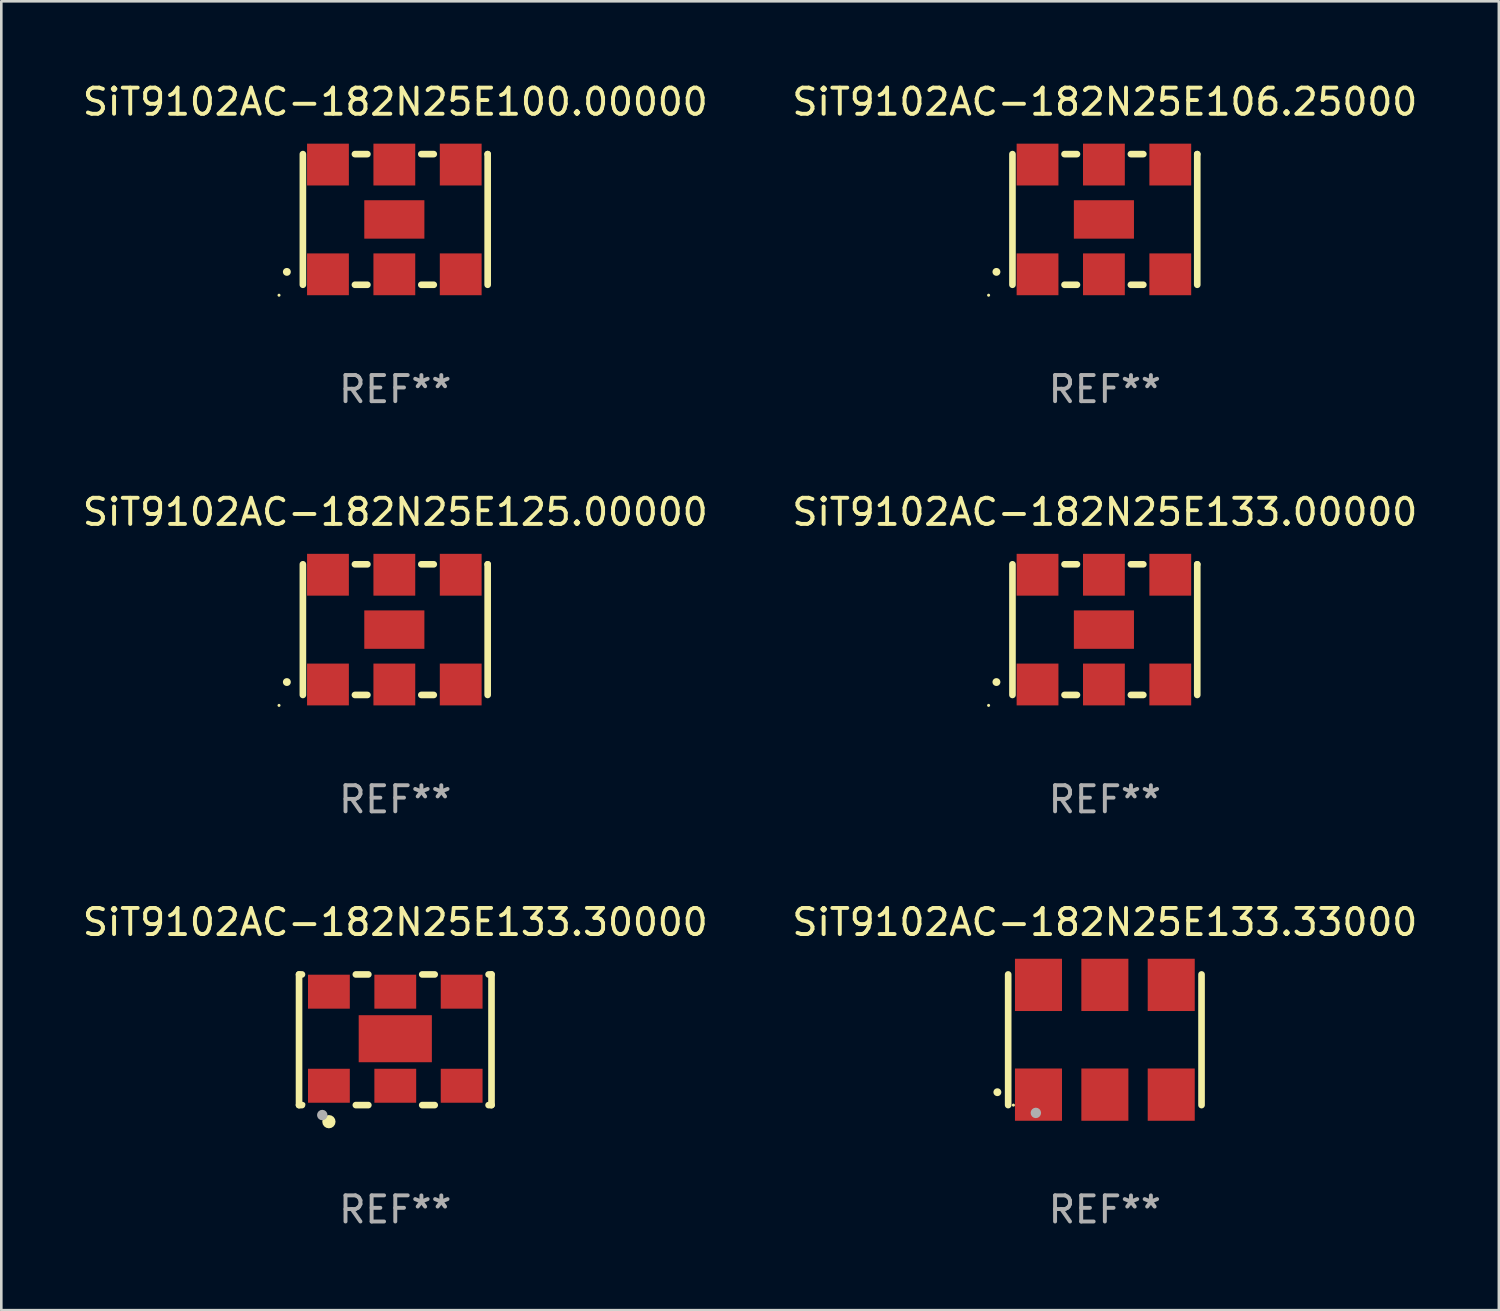
<source format=kicad_pcb>
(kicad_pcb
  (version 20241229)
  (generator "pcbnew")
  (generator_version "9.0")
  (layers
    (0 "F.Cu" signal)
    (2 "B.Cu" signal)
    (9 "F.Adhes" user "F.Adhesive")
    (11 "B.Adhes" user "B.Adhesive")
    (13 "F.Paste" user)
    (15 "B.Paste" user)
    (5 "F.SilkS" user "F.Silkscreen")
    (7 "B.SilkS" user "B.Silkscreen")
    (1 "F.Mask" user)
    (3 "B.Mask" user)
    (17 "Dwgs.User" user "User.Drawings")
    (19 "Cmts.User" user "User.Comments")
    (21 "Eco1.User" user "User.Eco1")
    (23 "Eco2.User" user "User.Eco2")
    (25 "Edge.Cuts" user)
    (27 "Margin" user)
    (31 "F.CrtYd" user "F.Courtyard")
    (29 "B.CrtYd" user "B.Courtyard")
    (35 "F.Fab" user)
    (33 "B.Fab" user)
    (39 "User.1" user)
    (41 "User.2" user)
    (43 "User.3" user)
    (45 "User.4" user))
  (footprint "SiT9102AC-182N25E100.00000"
    (layer "F.Cu")
    (at 12.077 5.348)
    (property "Reference" "SiT9102AC-182N25E100.00000" (at 0 -4.5 0) (layer "F.SilkS") (effects (font (size 1 1) (thickness 0.15))))
    (attr through_hole)
    (fp_line (start -3.536 -2.5) (end -3.536 2.5) (stroke (width 0.254) (type solid)) (layer "F.SilkS"))
    (fp_line (start -1.544 2.5) (end -1.067 2.5) (stroke (width 0.254) (type solid)) (layer "F.SilkS"))
    (fp_line (start -1.067 -2.5) (end -1.544 -2.5) (stroke (width 0.254) (type solid)) (layer "F.SilkS"))
    (fp_line (start 0.996 2.5) (end 1.473 2.5) (stroke (width 0.254) (type solid)) (layer "F.SilkS"))
    (fp_line (start 1.473 -2.5) (end 0.996 -2.5) (stroke (width 0.254) (type solid)) (layer "F.SilkS"))
    (fp_line (start 3.536 -2.5) (end 3.536 -2.5) (stroke (width 0.254) (type solid)) (layer "F.SilkS"))
    (fp_line (start 3.536 2.5) (end 3.536 -2.5) (stroke (width 0.254) (type solid)) (layer "F.SilkS"))
    (fp_arc (start -4.150432 2.006604) (mid -4.149162 2.006599) (end -4.147892 2.006604) (stroke (width 0.3) (type solid)) (layer "F.SilkS"))
    (fp_circle (center -4.449 2.9) (end -4.419 2.9) (stroke (width 0.06) (type solid)) (fill no) (layer "F.SilkS"))
    (fp_text user "REF**" (at 0 6.5 0) (layer "F.Fab") (effects (font (size 1 1) (thickness 0.15))))
    (pad "1" smd rect (at -2.576 2.1) (size 1.6 1.6) (layers "F.Cu" "F.Mask" "F.Paste"))
    (pad "2" smd rect (at -0.036 2.1) (size 1.6 1.6) (layers "F.Cu" "F.Mask" "F.Paste"))
    (pad "3" smd rect (at 2.504 2.1) (size 1.6 1.6) (layers "F.Cu" "F.Mask" "F.Paste"))
    (pad "4" smd rect (at 2.504 -2.1) (size 1.6 1.6) (layers "F.Cu" "F.Mask" "F.Paste"))
    (pad "5" smd rect (at -0.036 -2.1) (size 1.6 1.6) (layers "F.Cu" "F.Mask" "F.Paste"))
    (pad "6" smd rect (at -2.576 -2.1) (size 1.6 1.6) (layers "F.Cu" "F.Mask" "F.Paste"))
    (pad "7" smd rect (at -0.036 0) (size 2.3 1.47) (layers "F.Cu" "F.Mask" "F.Paste")))
  (footprint "SiT9102AC-182N25E106.25000"
    (layer "F.Cu")
    (at 39.232 5.348)
    (property "Reference" "SiT9102AC-182N25E106.25000" (at 0 -4.5 0) (layer "F.SilkS") (effects (font (size 1 1) (thickness 0.15))))
    (attr through_hole)
    (fp_line (start -3.536 -2.5) (end -3.536 2.5) (stroke (width 0.254) (type solid)) (layer "F.SilkS"))
    (fp_line (start -1.544 2.5) (end -1.067 2.5) (stroke (width 0.254) (type solid)) (layer "F.SilkS"))
    (fp_line (start -1.067 -2.5) (end -1.544 -2.5) (stroke (width 0.254) (type solid)) (layer "F.SilkS"))
    (fp_line (start 0.996 2.5) (end 1.473 2.5) (stroke (width 0.254) (type solid)) (layer "F.SilkS"))
    (fp_line (start 1.473 -2.5) (end 0.996 -2.5) (stroke (width 0.254) (type solid)) (layer "F.SilkS"))
    (fp_line (start 3.536 -2.5) (end 3.536 -2.5) (stroke (width 0.254) (type solid)) (layer "F.SilkS"))
    (fp_line (start 3.536 2.5) (end 3.536 -2.5) (stroke (width 0.254) (type solid)) (layer "F.SilkS"))
    (fp_arc (start -4.150432 2.006604) (mid -4.149162 2.006599) (end -4.147892 2.006604) (stroke (width 0.3) (type solid)) (layer "F.SilkS"))
    (fp_circle (center -4.449 2.9) (end -4.419 2.9) (stroke (width 0.06) (type solid)) (fill no) (layer "F.SilkS"))
    (fp_text user "REF**" (at 0 6.5 0) (layer "F.Fab") (effects (font (size 1 1) (thickness 0.15))))
    (pad "1" smd rect (at -2.576 2.1) (size 1.6 1.6) (layers "F.Cu" "F.Mask" "F.Paste"))
    (pad "2" smd rect (at -0.036 2.1) (size 1.6 1.6) (layers "F.Cu" "F.Mask" "F.Paste"))
    (pad "3" smd rect (at 2.504 2.1) (size 1.6 1.6) (layers "F.Cu" "F.Mask" "F.Paste"))
    (pad "4" smd rect (at 2.504 -2.1) (size 1.6 1.6) (layers "F.Cu" "F.Mask" "F.Paste"))
    (pad "5" smd rect (at -0.036 -2.1) (size 1.6 1.6) (layers "F.Cu" "F.Mask" "F.Paste"))
    (pad "6" smd rect (at -2.576 -2.1) (size 1.6 1.6) (layers "F.Cu" "F.Mask" "F.Paste"))
    (pad "7" smd rect (at -0.036 0) (size 2.3 1.47) (layers "F.Cu" "F.Mask" "F.Paste")))
  (footprint "SiT9102AC-182N25E133.33000"
    (layer "F.Cu")
    (at 39.232 36.741)
    (property "Reference" "SiT9102AC-182N25E133.33000" (at 0 -4.5 0) (layer "F.SilkS") (effects (font (size 1 1) (thickness 0.15))))
    (attr through_hole)
    (fp_line (start -3.7 -2.5) (end -3.7 2.5) (stroke (width 0.254) (type solid)) (layer "F.SilkS"))
    (fp_line (start 3.7 -2.5) (end 3.7 2.5) (stroke (width 0.254) (type solid)) (layer "F.SilkS"))
    (fp_arc (start -4.114415 2.006604) (mid -4.113145 2.006599) (end -4.111875 2.006604) (stroke (width 0.3) (type solid)) (layer "F.SilkS"))
    (fp_circle (center -3.5 2.501) (end -3.47 2.501) (stroke (width 0.06) (type solid)) (fill no) (layer "F.SilkS"))
    (fp_circle (center -2.641 2.799) (end -2.541 2.799) (stroke (width 0.2) (type solid)) (fill no) (layer "F.Fab"))
    (fp_text user "REF**" (at 0 6.5 0) (layer "F.Fab") (effects (font (size 1 1) (thickness 0.15))))
    (pad "1" smd rect (at -2.54 2.1) (size 1.8 2) (layers "F.Cu" "F.Mask" "F.Paste"))
    (pad "2" smd rect (at 0.000394 2.1) (size 1.8 2) (layers "F.Cu" "F.Mask" "F.Paste"))
    (pad "3" smd rect (at 2.54 2.1) (size 1.8 2) (layers "F.Cu" "F.Mask" "F.Paste"))
    (pad "4" smd rect (at 2.54 -2.1) (size 1.8 2) (layers "F.Cu" "F.Mask" "F.Paste"))
    (pad "5" smd rect (at 0.000394 -2.1) (size 1.8 2) (layers "F.Cu" "F.Mask" "F.Paste"))
    (pad "6" smd rect (at -2.54 -2.1) (size 1.8 2) (layers "F.Cu" "F.Mask" "F.Paste")))
  (footprint "SiT9102AC-182N25E133.00000"
    (layer "F.Cu")
    (at 39.232 21.045)
    (property "Reference" "SiT9102AC-182N25E133.00000" (at 0 -4.5 0) (layer "F.SilkS") (effects (font (size 1 1) (thickness 0.15))))
    (attr through_hole)
    (fp_line (start -3.536 -2.5) (end -3.536 2.5) (stroke (width 0.254) (type solid)) (layer "F.SilkS"))
    (fp_line (start -1.544 2.5) (end -1.067 2.5) (stroke (width 0.254) (type solid)) (layer "F.SilkS"))
    (fp_line (start -1.067 -2.5) (end -1.544 -2.5) (stroke (width 0.254) (type solid)) (layer "F.SilkS"))
    (fp_line (start 0.996 2.5) (end 1.473 2.5) (stroke (width 0.254) (type solid)) (layer "F.SilkS"))
    (fp_line (start 1.473 -2.5) (end 0.996 -2.5) (stroke (width 0.254) (type solid)) (layer "F.SilkS"))
    (fp_line (start 3.536 -2.5) (end 3.536 -2.5) (stroke (width 0.254) (type solid)) (layer "F.SilkS"))
    (fp_line (start 3.536 2.5) (end 3.536 -2.5) (stroke (width 0.254) (type solid)) (layer "F.SilkS"))
    (fp_arc (start -4.150432 2.006604) (mid -4.149162 2.006599) (end -4.147892 2.006604) (stroke (width 0.3) (type solid)) (layer "F.SilkS"))
    (fp_circle (center -4.449 2.9) (end -4.419 2.9) (stroke (width 0.06) (type solid)) (fill no) (layer "F.SilkS"))
    (fp_text user "REF**" (at 0 6.5 0) (layer "F.Fab") (effects (font (size 1 1) (thickness 0.15))))
    (pad "1" smd rect (at -2.576 2.1) (size 1.6 1.6) (layers "F.Cu" "F.Mask" "F.Paste"))
    (pad "2" smd rect (at -0.036 2.1) (size 1.6 1.6) (layers "F.Cu" "F.Mask" "F.Paste"))
    (pad "3" smd rect (at 2.504 2.1) (size 1.6 1.6) (layers "F.Cu" "F.Mask" "F.Paste"))
    (pad "4" smd rect (at 2.504 -2.1) (size 1.6 1.6) (layers "F.Cu" "F.Mask" "F.Paste"))
    (pad "5" smd rect (at -0.036 -2.1) (size 1.6 1.6) (layers "F.Cu" "F.Mask" "F.Paste"))
    (pad "6" smd rect (at -2.576 -2.1) (size 1.6 1.6) (layers "F.Cu" "F.Mask" "F.Paste"))
    (pad "7" smd rect (at -0.036 0) (size 2.3 1.47) (layers "F.Cu" "F.Mask" "F.Paste")))
  (footprint "SiT9102AC-182N25E133.30000"
    (layer "F.Cu")
    (at 12.077 36.741)
    (property "Reference" "SiT9102AC-182N25E133.30000" (at 0 -4.5 0) (layer "F.SilkS") (effects (font (size 1 1) (thickness 0.15))))
    (attr through_hole)
    (fp_line (start -3.683 -2.5) (end -3.571 -2.5) (stroke (width 0.254) (type solid)) (layer "F.SilkS"))
    (fp_line (start -3.683 2.5) (end -3.683 -2.5) (stroke (width 0.254) (type solid)) (layer "F.SilkS"))
    (fp_line (start -3.683 2.5) (end -3.571 2.5) (stroke (width 0.254) (type solid)) (layer "F.SilkS"))
    (fp_line (start -1.509 -2.5) (end -1.031 -2.5) (stroke (width 0.254) (type solid)) (layer "F.SilkS"))
    (fp_line (start -1.509 2.5) (end -1.031 2.5) (stroke (width 0.254) (type solid)) (layer "F.SilkS"))
    (fp_line (start 1.031 -2.5) (end 1.509 -2.5) (stroke (width 0.254) (type solid)) (layer "F.SilkS"))
    (fp_line (start 1.031 2.5) (end 1.509 2.5) (stroke (width 0.254) (type solid)) (layer "F.SilkS"))
    (fp_line (start 3.571 -2.5) (end 3.683 -2.5) (stroke (width 0.254) (type solid)) (layer "F.SilkS"))
    (fp_line (start 3.571 2.5) (end 3.683 2.5) (stroke (width 0.254) (type solid)) (layer "F.SilkS"))
    (fp_line (start 3.683 2.5) (end 3.683 -2.5) (stroke (width 0.254) (type solid)) (layer "F.SilkS"))
    (fp_circle (center -3.5 2.46) (end -3.47 2.46) (stroke (width 0.06) (type solid)) (fill no) (layer "F.SilkS"))
    (fp_circle (center -2.54 3.135) (end -2.413 3.135) (stroke (width 0.254) (type solid)) (fill no) (layer "F.SilkS"))
    (fp_circle (center -2.794 2.881) (end -2.694 2.881) (stroke (width 0.2) (type solid)) (fill no) (layer "F.Fab"))
    (fp_text user "REF**" (at 0 6.5 0) (layer "F.Fab") (effects (font (size 1 1) (thickness 0.15))))
    (pad "1" smd rect (at -2.54 1.76) (size 1.6 1.3) (layers "F.Cu" "F.Mask" "F.Paste"))
    (pad "2" smd rect (at 0 1.76) (size 1.6 1.3) (layers "F.Cu" "F.Mask" "F.Paste"))
    (pad "3" smd rect (at 2.54 1.76) (size 1.6 1.3) (layers "F.Cu" "F.Mask" "F.Paste"))
    (pad "4" smd rect (at 2.54 -1.84) (size 1.6 1.3) (layers "F.Cu" "F.Mask" "F.Paste"))
    (pad "5" smd rect (at 0 -1.84) (size 1.6 1.3) (layers "F.Cu" "F.Mask" "F.Paste"))
    (pad "6" smd rect (at -2.54 -1.84) (size 1.6 1.3) (layers "F.Cu" "F.Mask" "F.Paste"))
    (pad "7" smd rect (at 0 -0.04) (size 2.8 1.8) (layers "F.Cu" "F.Mask" "F.Paste")))
  (footprint "SiT9102AC-182N25E125.00000"
    (layer "F.Cu")
    (at 12.077 21.045)
    (property "Reference" "SiT9102AC-182N25E125.00000" (at 0 -4.5 0) (layer "F.SilkS") (effects (font (size 1 1) (thickness 0.15))))
    (attr through_hole)
    (fp_line (start -3.536 -2.5) (end -3.536 2.5) (stroke (width 0.254) (type solid)) (layer "F.SilkS"))
    (fp_line (start -1.544 2.5) (end -1.067 2.5) (stroke (width 0.254) (type solid)) (layer "F.SilkS"))
    (fp_line (start -1.067 -2.5) (end -1.544 -2.5) (stroke (width 0.254) (type solid)) (layer "F.SilkS"))
    (fp_line (start 0.996 2.5) (end 1.473 2.5) (stroke (width 0.254) (type solid)) (layer "F.SilkS"))
    (fp_line (start 1.473 -2.5) (end 0.996 -2.5) (stroke (width 0.254) (type solid)) (layer "F.SilkS"))
    (fp_line (start 3.536 -2.5) (end 3.536 -2.5) (stroke (width 0.254) (type solid)) (layer "F.SilkS"))
    (fp_line (start 3.536 2.5) (end 3.536 -2.5) (stroke (width 0.254) (type solid)) (layer "F.SilkS"))
    (fp_arc (start -4.150432 2.006604) (mid -4.149162 2.006599) (end -4.147892 2.006604) (stroke (width 0.3) (type solid)) (layer "F.SilkS"))
    (fp_circle (center -4.449 2.9) (end -4.419 2.9) (stroke (width 0.06) (type solid)) (fill no) (layer "F.SilkS"))
    (fp_text user "REF**" (at 0 6.5 0) (layer "F.Fab") (effects (font (size 1 1) (thickness 0.15))))
    (pad "1" smd rect (at -2.576 2.1) (size 1.6 1.6) (layers "F.Cu" "F.Mask" "F.Paste"))
    (pad "2" smd rect (at -0.036 2.1) (size 1.6 1.6) (layers "F.Cu" "F.Mask" "F.Paste"))
    (pad "3" smd rect (at 2.504 2.1) (size 1.6 1.6) (layers "F.Cu" "F.Mask" "F.Paste"))
    (pad "4" smd rect (at 2.504 -2.1) (size 1.6 1.6) (layers "F.Cu" "F.Mask" "F.Paste"))
    (pad "5" smd rect (at -0.036 -2.1) (size 1.6 1.6) (layers "F.Cu" "F.Mask" "F.Paste"))
    (pad "6" smd rect (at -2.576 -2.1) (size 1.6 1.6) (layers "F.Cu" "F.Mask" "F.Paste"))
    (pad "7" smd rect (at -0.036 0) (size 2.3 1.47) (layers "F.Cu" "F.Mask" "F.Paste")))
  (gr_rect
    (start -3 -3)
    (end 54.31 47.09)
    (stroke (width 0.1) (type default))
    (fill no)
    (layer "Edge.Cuts")))
</source>
